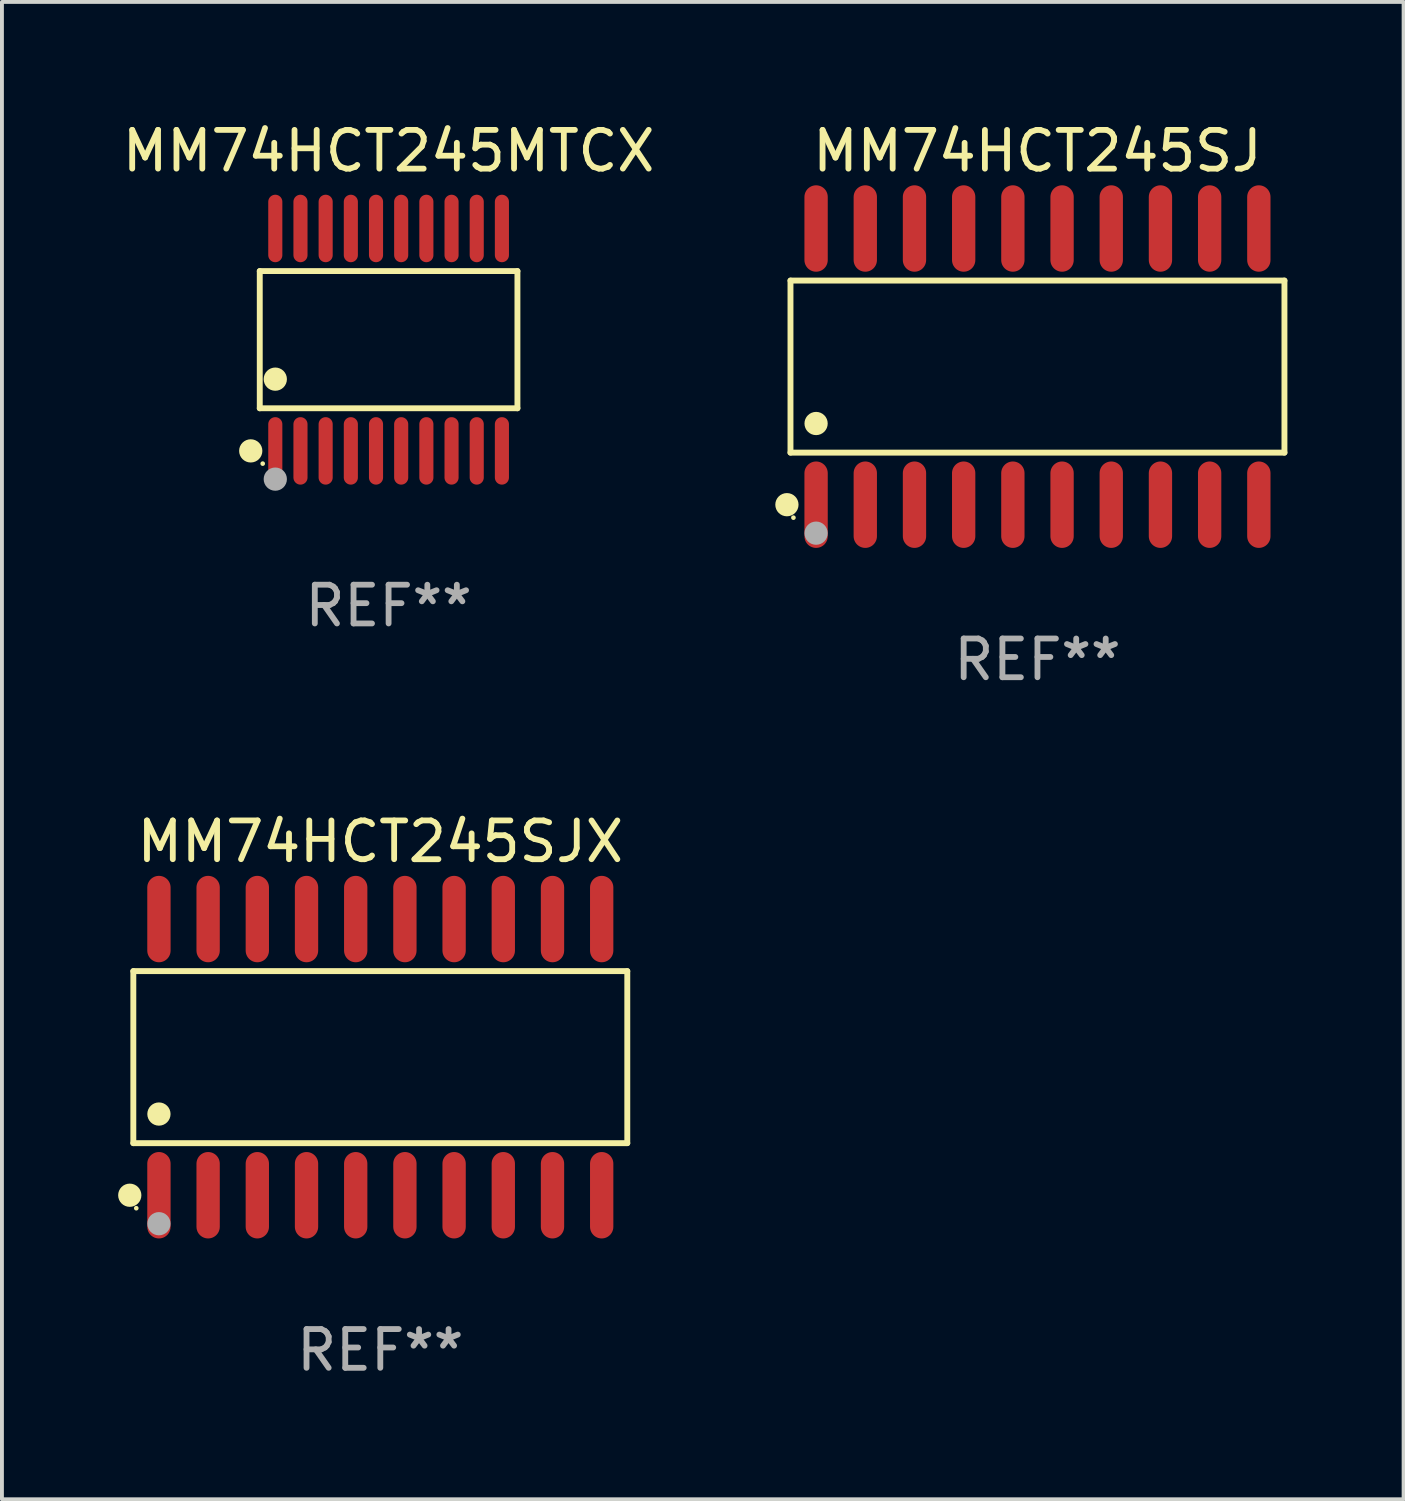
<source format=kicad_pcb>
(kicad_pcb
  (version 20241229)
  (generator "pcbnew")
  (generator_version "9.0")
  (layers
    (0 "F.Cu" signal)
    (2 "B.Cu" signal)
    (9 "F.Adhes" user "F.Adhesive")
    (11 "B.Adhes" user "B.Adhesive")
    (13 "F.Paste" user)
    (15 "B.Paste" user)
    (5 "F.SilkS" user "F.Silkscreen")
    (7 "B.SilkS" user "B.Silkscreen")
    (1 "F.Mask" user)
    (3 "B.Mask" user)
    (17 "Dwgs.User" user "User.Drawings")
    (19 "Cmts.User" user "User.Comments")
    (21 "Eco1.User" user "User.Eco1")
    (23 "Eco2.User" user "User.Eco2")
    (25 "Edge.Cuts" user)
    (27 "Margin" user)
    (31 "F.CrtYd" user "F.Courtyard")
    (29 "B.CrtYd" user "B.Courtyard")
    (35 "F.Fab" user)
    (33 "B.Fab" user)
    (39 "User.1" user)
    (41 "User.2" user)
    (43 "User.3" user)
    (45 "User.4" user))
  (footprint "MM74HCT245SJX"
    (layer "F.Cu")
    (at 6.768 24.241)
    (property "Reference" "MM74HCT245SJX" (at 0 -5.565 0) (layer "F.SilkS") (effects (font (size 1 1) (thickness 0.15))))
    (attr through_hole)
    (fp_line (start -6.376 -2.221) (end 6.376 -2.221) (stroke (width 0.152) (type solid)) (layer "F.SilkS"))
    (fp_line (start -6.376 2.221) (end -6.376 -2.221) (stroke (width 0.152) (type solid)) (layer "F.SilkS"))
    (fp_line (start 6.376 -2.221) (end 6.376 2.221) (stroke (width 0.152) (type solid)) (layer "F.SilkS"))
    (fp_line (start 6.376 2.221) (end -6.376 2.221) (stroke (width 0.152) (type solid)) (layer "F.SilkS"))
    (fp_circle (center -6.468 3.565) (end -6.318 3.565) (stroke (width 0.3) (type solid)) (fill no) (layer "F.SilkS"))
    (fp_circle (center -6.3 3.9) (end -6.27 3.9) (stroke (width 0.06) (type solid)) (fill no) (layer "F.SilkS"))
    (fp_circle (center -5.715 1.469) (end -5.565 1.469) (stroke (width 0.3) (type solid)) (fill no) (layer "F.SilkS"))
    (fp_circle (center -5.715 4.3) (end -5.565 4.3) (stroke (width 0.3) (type solid)) (fill no) (layer "F.Fab"))
    (fp_text user "REF**" (at 0 7.565 0) (layer "F.Fab") (effects (font (size 1 1) (thickness 0.15))))
    (pad "1" smd oval (at -5.715 3.565) (size 0.602 2.231) (layers "F.Cu" "F.Mask" "F.Paste"))
    (pad "2" smd oval (at -4.445 3.565) (size 0.602 2.231) (layers "F.Cu" "F.Mask" "F.Paste"))
    (pad "3" smd oval (at -3.175 3.565) (size 0.602 2.231) (layers "F.Cu" "F.Mask" "F.Paste"))
    (pad "4" smd oval (at -1.905 3.565) (size 0.602 2.231) (layers "F.Cu" "F.Mask" "F.Paste"))
    (pad "5" smd oval (at -0.635 3.565) (size 0.602 2.231) (layers "F.Cu" "F.Mask" "F.Paste"))
    (pad "6" smd oval (at 0.635 3.565) (size 0.602 2.231) (layers "F.Cu" "F.Mask" "F.Paste"))
    (pad "7" smd oval (at 1.905 3.565) (size 0.602 2.231) (layers "F.Cu" "F.Mask" "F.Paste"))
    (pad "8" smd oval (at 3.175 3.565) (size 0.602 2.231) (layers "F.Cu" "F.Mask" "F.Paste"))
    (pad "9" smd oval (at 4.445 3.565) (size 0.602 2.231) (layers "F.Cu" "F.Mask" "F.Paste"))
    (pad "10" smd oval (at 5.715 3.565) (size 0.602 2.231) (layers "F.Cu" "F.Mask" "F.Paste"))
    (pad "11" smd oval (at 5.715 -3.565) (size 0.602 2.231) (layers "F.Cu" "F.Mask" "F.Paste"))
    (pad "12" smd oval (at 4.445 -3.565) (size 0.602 2.231) (layers "F.Cu" "F.Mask" "F.Paste"))
    (pad "13" smd oval (at 3.175 -3.565) (size 0.602 2.231) (layers "F.Cu" "F.Mask" "F.Paste"))
    (pad "14" smd oval (at 1.905 -3.565) (size 0.602 2.231) (layers "F.Cu" "F.Mask" "F.Paste"))
    (pad "15" smd oval (at 0.635 -3.565) (size 0.602 2.231) (layers "F.Cu" "F.Mask" "F.Paste"))
    (pad "16" smd oval (at -0.635 -3.565) (size 0.602 2.231) (layers "F.Cu" "F.Mask" "F.Paste"))
    (pad "17" smd oval (at -1.905 -3.565) (size 0.602 2.231) (layers "F.Cu" "F.Mask" "F.Paste"))
    (pad "18" smd oval (at -3.175 -3.565) (size 0.602 2.231) (layers "F.Cu" "F.Mask" "F.Paste"))
    (pad "19" smd oval (at -4.445 -3.565) (size 0.602 2.231) (layers "F.Cu" "F.Mask" "F.Paste"))
    (pad "20" smd oval (at -5.715 -3.565) (size 0.602 2.231) (layers "F.Cu" "F.Mask" "F.Paste")))
  (footprint "MM74HCT245SJ"
    (layer "F.Cu")
    (at 23.733 6.414)
    (property "Reference" "MM74HCT245SJ" (at 0 -5.565 0) (layer "F.SilkS") (effects (font (size 1 1) (thickness 0.15))))
    (attr through_hole)
    (fp_line (start -6.376 -2.221) (end 6.376 -2.221) (stroke (width 0.152) (type solid)) (layer "F.SilkS"))
    (fp_line (start -6.376 2.221) (end -6.376 -2.221) (stroke (width 0.152) (type solid)) (layer "F.SilkS"))
    (fp_line (start 6.376 -2.221) (end 6.376 2.221) (stroke (width 0.152) (type solid)) (layer "F.SilkS"))
    (fp_line (start 6.376 2.221) (end -6.376 2.221) (stroke (width 0.152) (type solid)) (layer "F.SilkS"))
    (fp_circle (center -6.468 3.565) (end -6.318 3.565) (stroke (width 0.3) (type solid)) (fill no) (layer "F.SilkS"))
    (fp_circle (center -6.3 3.9) (end -6.27 3.9) (stroke (width 0.06) (type solid)) (fill no) (layer "F.SilkS"))
    (fp_circle (center -5.715 1.469) (end -5.565 1.469) (stroke (width 0.3) (type solid)) (fill no) (layer "F.SilkS"))
    (fp_circle (center -5.715 4.3) (end -5.565 4.3) (stroke (width 0.3) (type solid)) (fill no) (layer "F.Fab"))
    (fp_text user "REF**" (at 0 7.565 0) (layer "F.Fab") (effects (font (size 1 1) (thickness 0.15))))
    (pad "1" smd oval (at -5.715 3.565) (size 0.602 2.231) (layers "F.Cu" "F.Mask" "F.Paste"))
    (pad "2" smd oval (at -4.445 3.565) (size 0.602 2.231) (layers "F.Cu" "F.Mask" "F.Paste"))
    (pad "3" smd oval (at -3.175 3.565) (size 0.602 2.231) (layers "F.Cu" "F.Mask" "F.Paste"))
    (pad "4" smd oval (at -1.905 3.565) (size 0.602 2.231) (layers "F.Cu" "F.Mask" "F.Paste"))
    (pad "5" smd oval (at -0.635 3.565) (size 0.602 2.231) (layers "F.Cu" "F.Mask" "F.Paste"))
    (pad "6" smd oval (at 0.635 3.565) (size 0.602 2.231) (layers "F.Cu" "F.Mask" "F.Paste"))
    (pad "7" smd oval (at 1.905 3.565) (size 0.602 2.231) (layers "F.Cu" "F.Mask" "F.Paste"))
    (pad "8" smd oval (at 3.175 3.565) (size 0.602 2.231) (layers "F.Cu" "F.Mask" "F.Paste"))
    (pad "9" smd oval (at 4.445 3.565) (size 0.602 2.231) (layers "F.Cu" "F.Mask" "F.Paste"))
    (pad "10" smd oval (at 5.715 3.565) (size 0.602 2.231) (layers "F.Cu" "F.Mask" "F.Paste"))
    (pad "11" smd oval (at 5.715 -3.565) (size 0.602 2.231) (layers "F.Cu" "F.Mask" "F.Paste"))
    (pad "12" smd oval (at 4.445 -3.565) (size 0.602 2.231) (layers "F.Cu" "F.Mask" "F.Paste"))
    (pad "13" smd oval (at 3.175 -3.565) (size 0.602 2.231) (layers "F.Cu" "F.Mask" "F.Paste"))
    (pad "14" smd oval (at 1.905 -3.565) (size 0.602 2.231) (layers "F.Cu" "F.Mask" "F.Paste"))
    (pad "15" smd oval (at 0.635 -3.565) (size 0.602 2.231) (layers "F.Cu" "F.Mask" "F.Paste"))
    (pad "16" smd oval (at -0.635 -3.565) (size 0.602 2.231) (layers "F.Cu" "F.Mask" "F.Paste"))
    (pad "17" smd oval (at -1.905 -3.565) (size 0.602 2.231) (layers "F.Cu" "F.Mask" "F.Paste"))
    (pad "18" smd oval (at -3.175 -3.565) (size 0.602 2.231) (layers "F.Cu" "F.Mask" "F.Paste"))
    (pad "19" smd oval (at -4.445 -3.565) (size 0.602 2.231) (layers "F.Cu" "F.Mask" "F.Paste"))
    (pad "20" smd oval (at -5.715 -3.565) (size 0.602 2.231) (layers "F.Cu" "F.Mask" "F.Paste")))
  (footprint "MM74HCT245MTCX"
    (layer "F.Cu")
    (at 6.982 5.719)
    (property "Reference" "MM74HCT245MTCX" (at 0 -4.871 0) (layer "F.SilkS") (effects (font (size 1 1) (thickness 0.15))))
    (attr through_hole)
    (fp_line (start -3.326 -1.771) (end 3.326 -1.771) (stroke (width 0.152) (type solid)) (layer "F.SilkS"))
    (fp_line (start -3.326 1.771) (end -3.326 -1.771) (stroke (width 0.152) (type solid)) (layer "F.SilkS"))
    (fp_line (start 3.326 -1.771) (end 3.326 1.771) (stroke (width 0.152) (type solid)) (layer "F.SilkS"))
    (fp_line (start 3.326 1.771) (end -3.326 1.771) (stroke (width 0.152) (type solid)) (layer "F.SilkS"))
    (fp_circle (center -3.559 2.871) (end -3.409 2.871) (stroke (width 0.3) (type solid)) (fill no) (layer "F.SilkS"))
    (fp_circle (center -3.25 3.2) (end -3.22 3.2) (stroke (width 0.06) (type solid)) (fill no) (layer "F.SilkS"))
    (fp_circle (center -2.925 1.019) (end -2.775 1.019) (stroke (width 0.3) (type solid)) (fill no) (layer "F.SilkS"))
    (fp_circle (center -2.925 3.6) (end -2.775 3.6) (stroke (width 0.3) (type solid)) (fill no) (layer "F.Fab"))
    (fp_text user "REF**" (at 0 6.871 0) (layer "F.Fab") (effects (font (size 1 1) (thickness 0.15))))
    (pad "1" smd oval (at -2.925 2.871) (size 0.364 1.742) (layers "F.Cu" "F.Mask" "F.Paste"))
    (pad "2" smd oval (at -2.275 2.871) (size 0.364 1.742) (layers "F.Cu" "F.Mask" "F.Paste"))
    (pad "3" smd oval (at -1.625 2.871) (size 0.364 1.742) (layers "F.Cu" "F.Mask" "F.Paste"))
    (pad "4" smd oval (at -0.975 2.871) (size 0.364 1.742) (layers "F.Cu" "F.Mask" "F.Paste"))
    (pad "5" smd oval (at -0.325 2.871) (size 0.364 1.742) (layers "F.Cu" "F.Mask" "F.Paste"))
    (pad "6" smd oval (at 0.325 2.871) (size 0.364 1.742) (layers "F.Cu" "F.Mask" "F.Paste"))
    (pad "7" smd oval (at 0.975 2.871) (size 0.364 1.742) (layers "F.Cu" "F.Mask" "F.Paste"))
    (pad "8" smd oval (at 1.625 2.871) (size 0.364 1.742) (layers "F.Cu" "F.Mask" "F.Paste"))
    (pad "9" smd oval (at 2.275 2.871) (size 0.364 1.742) (layers "F.Cu" "F.Mask" "F.Paste"))
    (pad "10" smd oval (at 2.925 2.871) (size 0.364 1.742) (layers "F.Cu" "F.Mask" "F.Paste"))
    (pad "11" smd oval (at 2.925 -2.871) (size 0.364 1.742) (layers "F.Cu" "F.Mask" "F.Paste"))
    (pad "12" smd oval (at 2.275 -2.871) (size 0.364 1.742) (layers "F.Cu" "F.Mask" "F.Paste"))
    (pad "13" smd oval (at 1.625 -2.871) (size 0.364 1.742) (layers "F.Cu" "F.Mask" "F.Paste"))
    (pad "14" smd oval (at 0.975 -2.871) (size 0.364 1.742) (layers "F.Cu" "F.Mask" "F.Paste"))
    (pad "15" smd oval (at 0.325 -2.871) (size 0.364 1.742) (layers "F.Cu" "F.Mask" "F.Paste"))
    (pad "16" smd oval (at -0.325 -2.871) (size 0.364 1.742) (layers "F.Cu" "F.Mask" "F.Paste"))
    (pad "17" smd oval (at -0.975 -2.871) (size 0.364 1.742) (layers "F.Cu" "F.Mask" "F.Paste"))
    (pad "18" smd oval (at -1.625 -2.871) (size 0.364 1.742) (layers "F.Cu" "F.Mask" "F.Paste"))
    (pad "19" smd oval (at -2.275 -2.871) (size 0.364 1.742) (layers "F.Cu" "F.Mask" "F.Paste"))
    (pad "20" smd oval (at -2.925 -2.871) (size 0.364 1.742) (layers "F.Cu" "F.Mask" "F.Paste")))
  (gr_rect
    (start -3 -3)
    (end 33.185 35.655)
    (stroke (width 0.1) (type default))
    (fill no)
    (layer "Edge.Cuts")))
</source>
